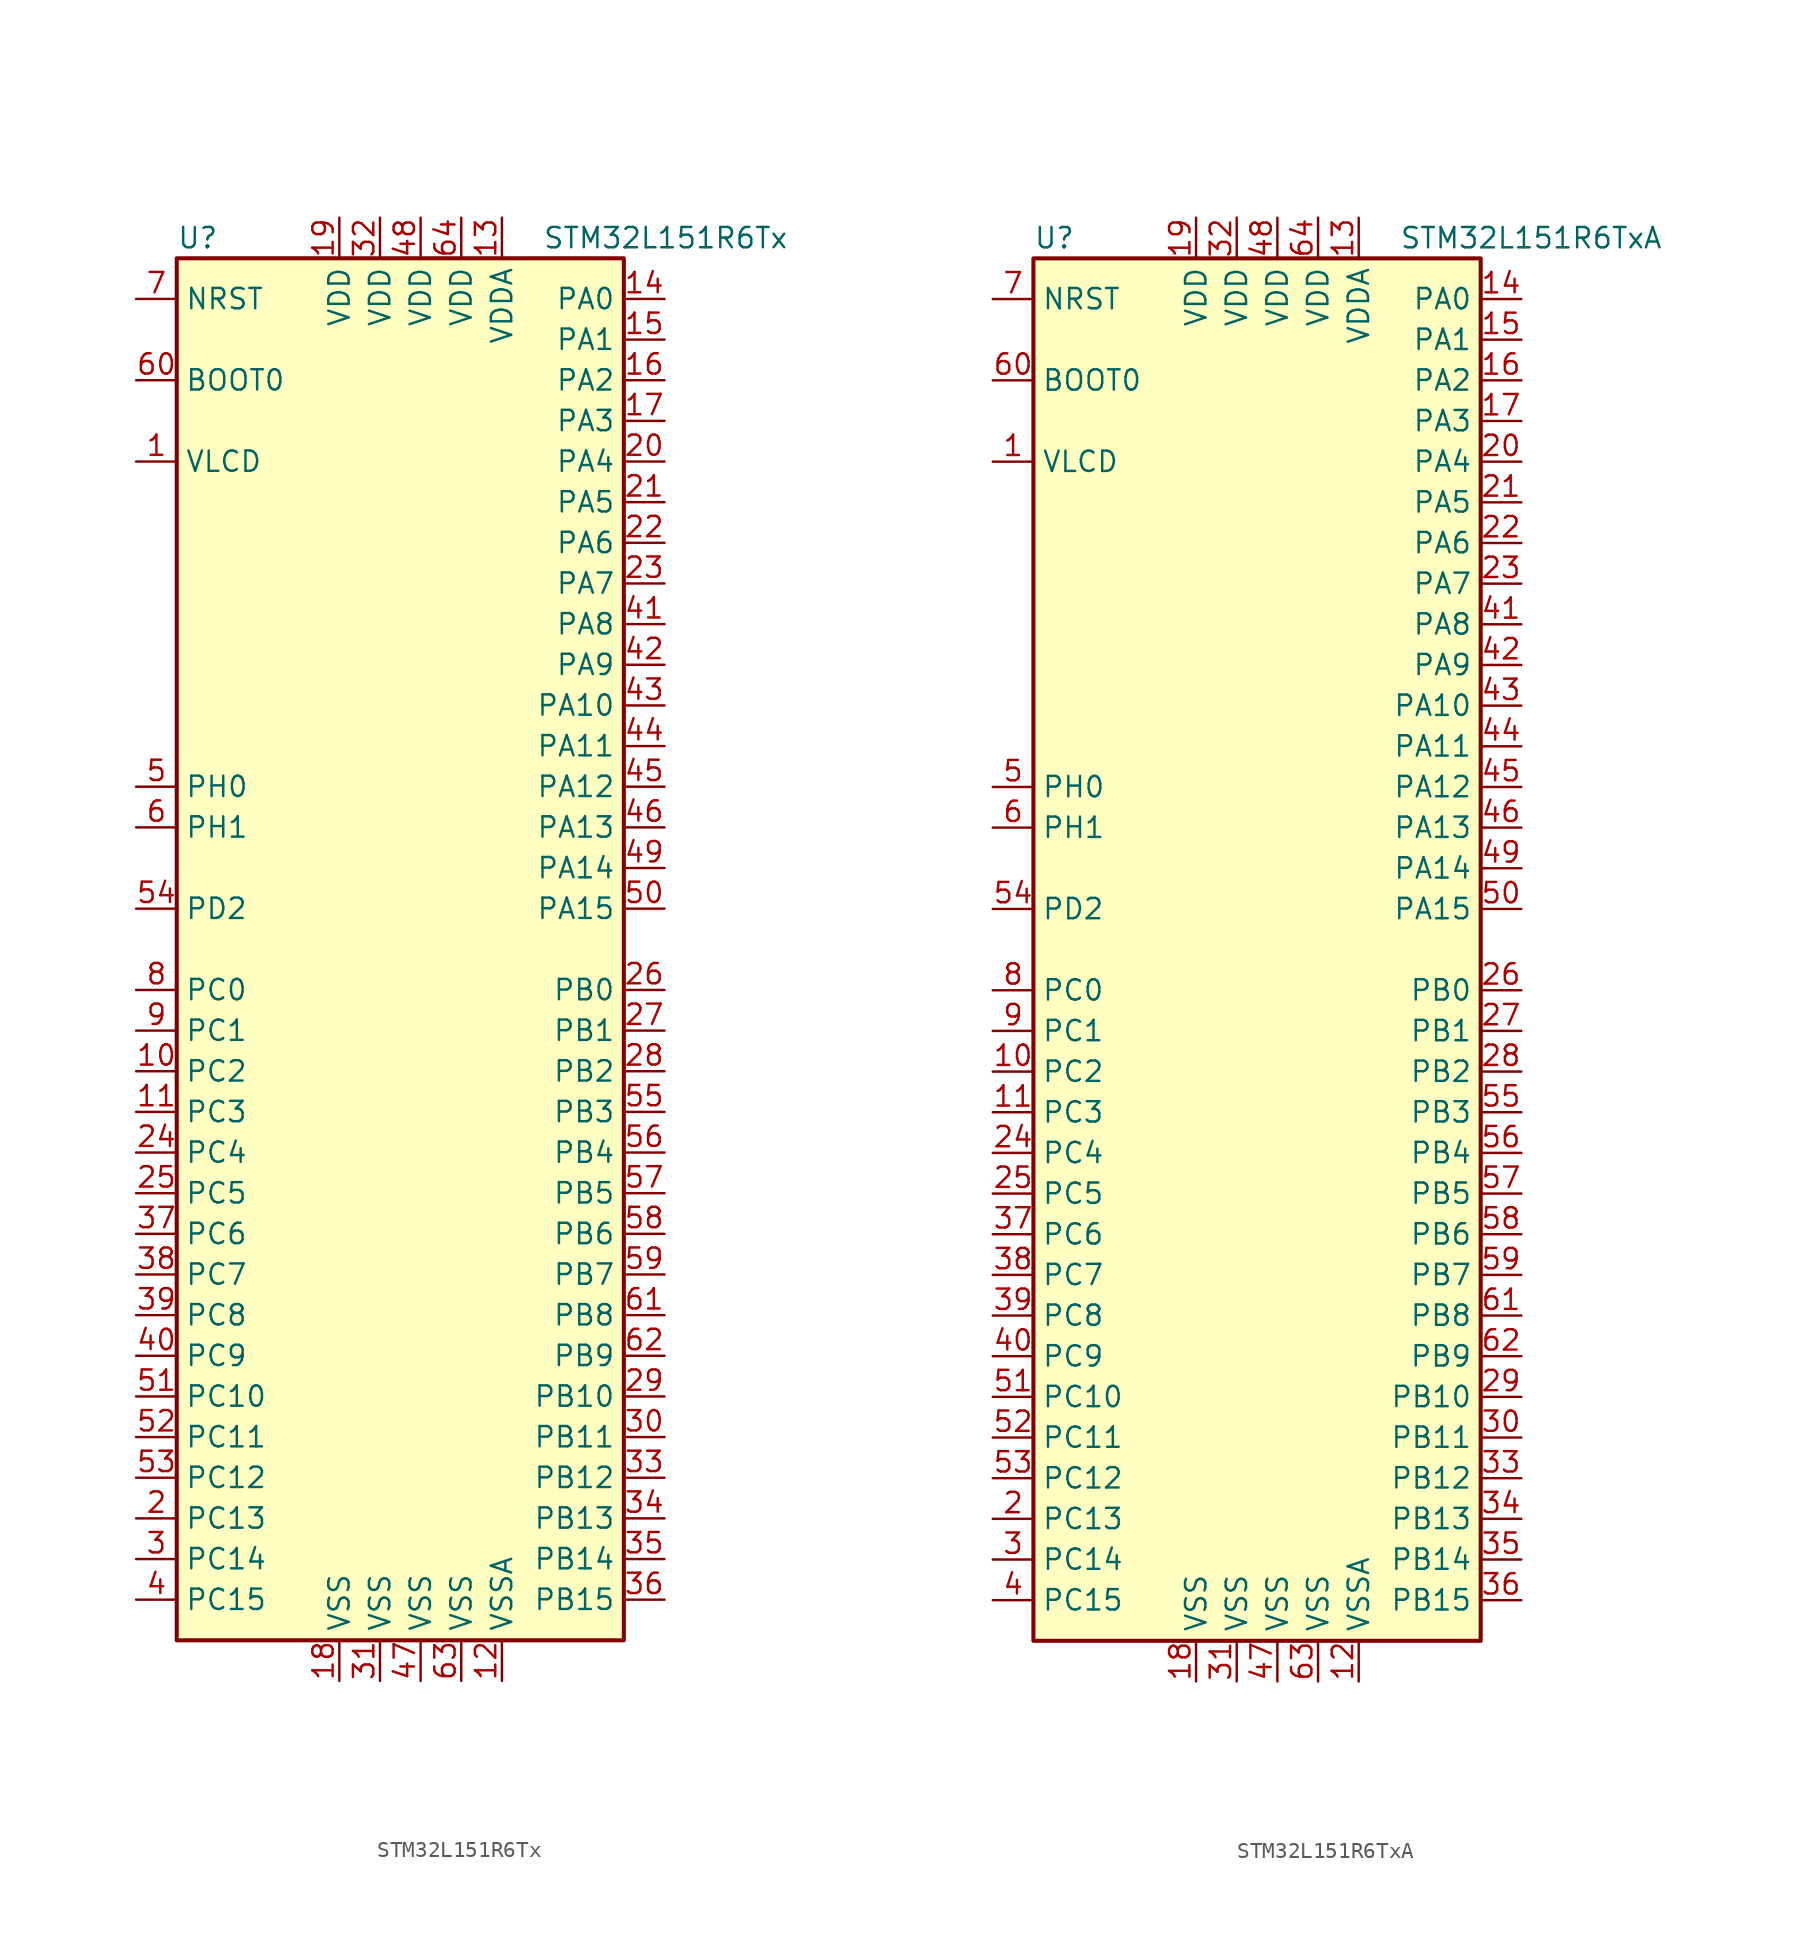
<source format=kicad_sym>
(kicad_symbol_lib
  (version 20201005)
  (generator kicad_symbol_editor)
  (symbol "STM32L151R6Tx"
    (property "Reference" "U"
      (at -15.24 44.45 0)
      (effects (font (size 1.27 1.27)) (justify left)))
    (property "Value" "STM32L151R6Tx"
      (at 7.62 44.45 0)
      (effects (font (size 1.27 1.27)) (justify left)))
    (symbol "STM32L151R6Tx_0_1"
      (rectangle (start -15.24 -43.18) (end 12.7 43.18) (stroke (width 0.254)) (fill (type background))))
    (symbol "STM32L151R6Tx_1_1"
      (pin input line (at -17.78 35.56 0) (length 2.54) (name "BOOT0" (effects (font (size 1.27 1.27)))) (number "60" (effects (font (size 1.27 1.27)))))
      (pin input line (at -17.78 40.64 0) (length 2.54) (name "NRST" (effects (font (size 1.27 1.27)))) (number "7" (effects (font (size 1.27 1.27)))))
      (pin bidirectional line (at 15.24 40.64 180) (length 2.54) (name "PA0" (effects (font (size 1.27 1.27)))) (number "14" (effects (font (size 1.27 1.27)))))
      (pin bidirectional line (at 15.24 38.1 180) (length 2.54) (name "PA1" (effects (font (size 1.27 1.27)))) (number "15" (effects (font (size 1.27 1.27)))))
      (pin bidirectional line (at 15.24 15.24 180) (length 2.54) (name "PA10" (effects (font (size 1.27 1.27)))) (number "43" (effects (font (size 1.27 1.27)))))
      (pin bidirectional line (at 15.24 12.7 180) (length 2.54) (name "PA11" (effects (font (size 1.27 1.27)))) (number "44" (effects (font (size 1.27 1.27)))))
      (pin bidirectional line (at 15.24 10.16 180) (length 2.54) (name "PA12" (effects (font (size 1.27 1.27)))) (number "45" (effects (font (size 1.27 1.27)))))
      (pin bidirectional line (at 15.24 7.62 180) (length 2.54) (name "PA13" (effects (font (size 1.27 1.27)))) (number "46" (effects (font (size 1.27 1.27)))))
      (pin bidirectional line (at 15.24 5.08 180) (length 2.54) (name "PA14" (effects (font (size 1.27 1.27)))) (number "49" (effects (font (size 1.27 1.27)))))
      (pin bidirectional line (at 15.24 2.54 180) (length 2.54) (name "PA15" (effects (font (size 1.27 1.27)))) (number "50" (effects (font (size 1.27 1.27)))))
      (pin bidirectional line (at 15.24 35.56 180) (length 2.54) (name "PA2" (effects (font (size 1.27 1.27)))) (number "16" (effects (font (size 1.27 1.27)))))
      (pin bidirectional line (at 15.24 33.02 180) (length 2.54) (name "PA3" (effects (font (size 1.27 1.27)))) (number "17" (effects (font (size 1.27 1.27)))))
      (pin bidirectional line (at 15.24 30.48 180) (length 2.54) (name "PA4" (effects (font (size 1.27 1.27)))) (number "20" (effects (font (size 1.27 1.27)))))
      (pin bidirectional line (at 15.24 27.94 180) (length 2.54) (name "PA5" (effects (font (size 1.27 1.27)))) (number "21" (effects (font (size 1.27 1.27)))))
      (pin bidirectional line (at 15.24 25.4 180) (length 2.54) (name "PA6" (effects (font (size 1.27 1.27)))) (number "22" (effects (font (size 1.27 1.27)))))
      (pin bidirectional line (at 15.24 22.86 180) (length 2.54) (name "PA7" (effects (font (size 1.27 1.27)))) (number "23" (effects (font (size 1.27 1.27)))))
      (pin bidirectional line (at 15.24 20.32 180) (length 2.54) (name "PA8" (effects (font (size 1.27 1.27)))) (number "41" (effects (font (size 1.27 1.27)))))
      (pin bidirectional line (at 15.24 17.78 180) (length 2.54) (name "PA9" (effects (font (size 1.27 1.27)))) (number "42" (effects (font (size 1.27 1.27)))))
      (pin bidirectional line (at 15.24 -2.54 180) (length 2.54) (name "PB0" (effects (font (size 1.27 1.27)))) (number "26" (effects (font (size 1.27 1.27)))))
      (pin bidirectional line (at 15.24 -5.08 180) (length 2.54) (name "PB1" (effects (font (size 1.27 1.27)))) (number "27" (effects (font (size 1.27 1.27)))))
      (pin bidirectional line (at 15.24 -27.94 180) (length 2.54) (name "PB10" (effects (font (size 1.27 1.27)))) (number "29" (effects (font (size 1.27 1.27)))))
      (pin bidirectional line (at 15.24 -30.48 180) (length 2.54) (name "PB11" (effects (font (size 1.27 1.27)))) (number "30" (effects (font (size 1.27 1.27)))))
      (pin bidirectional line (at 15.24 -33.02 180) (length 2.54) (name "PB12" (effects (font (size 1.27 1.27)))) (number "33" (effects (font (size 1.27 1.27)))))
      (pin bidirectional line (at 15.24 -35.56 180) (length 2.54) (name "PB13" (effects (font (size 1.27 1.27)))) (number "34" (effects (font (size 1.27 1.27)))))
      (pin bidirectional line (at 15.24 -38.1 180) (length 2.54) (name "PB14" (effects (font (size 1.27 1.27)))) (number "35" (effects (font (size 1.27 1.27)))))
      (pin bidirectional line (at 15.24 -40.64 180) (length 2.54) (name "PB15" (effects (font (size 1.27 1.27)))) (number "36" (effects (font (size 1.27 1.27)))))
      (pin bidirectional line (at 15.24 -7.62 180) (length 2.54) (name "PB2" (effects (font (size 1.27 1.27)))) (number "28" (effects (font (size 1.27 1.27)))))
      (pin bidirectional line (at 15.24 -10.16 180) (length 2.54) (name "PB3" (effects (font (size 1.27 1.27)))) (number "55" (effects (font (size 1.27 1.27)))))
      (pin bidirectional line (at 15.24 -12.7 180) (length 2.54) (name "PB4" (effects (font (size 1.27 1.27)))) (number "56" (effects (font (size 1.27 1.27)))))
      (pin bidirectional line (at 15.24 -15.24 180) (length 2.54) (name "PB5" (effects (font (size 1.27 1.27)))) (number "57" (effects (font (size 1.27 1.27)))))
      (pin bidirectional line (at 15.24 -17.78 180) (length 2.54) (name "PB6" (effects (font (size 1.27 1.27)))) (number "58" (effects (font (size 1.27 1.27)))))
      (pin bidirectional line (at 15.24 -20.32 180) (length 2.54) (name "PB7" (effects (font (size 1.27 1.27)))) (number "59" (effects (font (size 1.27 1.27)))))
      (pin bidirectional line (at 15.24 -22.86 180) (length 2.54) (name "PB8" (effects (font (size 1.27 1.27)))) (number "61" (effects (font (size 1.27 1.27)))))
      (pin bidirectional line (at 15.24 -25.4 180) (length 2.54) (name "PB9" (effects (font (size 1.27 1.27)))) (number "62" (effects (font (size 1.27 1.27)))))
      (pin bidirectional line (at -17.78 -2.54 0) (length 2.54) (name "PC0" (effects (font (size 1.27 1.27)))) (number "8" (effects (font (size 1.27 1.27)))))
      (pin bidirectional line (at -17.78 -5.08 0) (length 2.54) (name "PC1" (effects (font (size 1.27 1.27)))) (number "9" (effects (font (size 1.27 1.27)))))
      (pin bidirectional line (at -17.78 -27.94 0) (length 2.54) (name "PC10" (effects (font (size 1.27 1.27)))) (number "51" (effects (font (size 1.27 1.27)))))
      (pin bidirectional line (at -17.78 -30.48 0) (length 2.54) (name "PC11" (effects (font (size 1.27 1.27)))) (number "52" (effects (font (size 1.27 1.27)))))
      (pin bidirectional line (at -17.78 -33.02 0) (length 2.54) (name "PC12" (effects (font (size 1.27 1.27)))) (number "53" (effects (font (size 1.27 1.27)))))
      (pin bidirectional line (at -17.78 -35.56 0) (length 2.54) (name "PC13" (effects (font (size 1.27 1.27)))) (number "2" (effects (font (size 1.27 1.27)))))
      (pin bidirectional line (at -17.78 -38.1 0) (length 2.54) (name "PC14" (effects (font (size 1.27 1.27)))) (number "3" (effects (font (size 1.27 1.27)))))
      (pin bidirectional line (at -17.78 -40.64 0) (length 2.54) (name "PC15" (effects (font (size 1.27 1.27)))) (number "4" (effects (font (size 1.27 1.27)))))
      (pin bidirectional line (at -17.78 -7.62 0) (length 2.54) (name "PC2" (effects (font (size 1.27 1.27)))) (number "10" (effects (font (size 1.27 1.27)))))
      (pin bidirectional line (at -17.78 -10.16 0) (length 2.54) (name "PC3" (effects (font (size 1.27 1.27)))) (number "11" (effects (font (size 1.27 1.27)))))
      (pin bidirectional line (at -17.78 -12.7 0) (length 2.54) (name "PC4" (effects (font (size 1.27 1.27)))) (number "24" (effects (font (size 1.27 1.27)))))
      (pin bidirectional line (at -17.78 -15.24 0) (length 2.54) (name "PC5" (effects (font (size 1.27 1.27)))) (number "25" (effects (font (size 1.27 1.27)))))
      (pin bidirectional line (at -17.78 -17.78 0) (length 2.54) (name "PC6" (effects (font (size 1.27 1.27)))) (number "37" (effects (font (size 1.27 1.27)))))
      (pin bidirectional line (at -17.78 -20.32 0) (length 2.54) (name "PC7" (effects (font (size 1.27 1.27)))) (number "38" (effects (font (size 1.27 1.27)))))
      (pin bidirectional line (at -17.78 -22.86 0) (length 2.54) (name "PC8" (effects (font (size 1.27 1.27)))) (number "39" (effects (font (size 1.27 1.27)))))
      (pin bidirectional line (at -17.78 -25.4 0) (length 2.54) (name "PC9" (effects (font (size 1.27 1.27)))) (number "40" (effects (font (size 1.27 1.27)))))
      (pin bidirectional line (at -17.78 2.54 0) (length 2.54) (name "PD2" (effects (font (size 1.27 1.27)))) (number "54" (effects (font (size 1.27 1.27)))))
      (pin input line (at -17.78 10.16 0) (length 2.54) (name "PH0" (effects (font (size 1.27 1.27)))) (number "5" (effects (font (size 1.27 1.27)))))
      (pin input line (at -17.78 7.62 0) (length 2.54) (name "PH1" (effects (font (size 1.27 1.27)))) (number "6" (effects (font (size 1.27 1.27)))))
      (pin power_in line (at -5.08 45.72 270) (length 2.54) (name "VDD" (effects (font (size 1.27 1.27)))) (number "19" (effects (font (size 1.27 1.27)))))
      (pin power_in line (at -2.54 45.72 270) (length 2.54) (name "VDD" (effects (font (size 1.27 1.27)))) (number "32" (effects (font (size 1.27 1.27)))))
      (pin power_in line (at 0 45.72 270) (length 2.54) (name "VDD" (effects (font (size 1.27 1.27)))) (number "48" (effects (font (size 1.27 1.27)))))
      (pin power_in line (at 2.54 45.72 270) (length 2.54) (name "VDD" (effects (font (size 1.27 1.27)))) (number "64" (effects (font (size 1.27 1.27)))))
      (pin power_in line (at 5.08 45.72 270) (length 2.54) (name "VDDA" (effects (font (size 1.27 1.27)))) (number "13" (effects (font (size 1.27 1.27)))))
      (pin power_in line (at -17.78 30.48 0) (length 2.54) (name "VLCD" (effects (font (size 1.27 1.27)))) (number "1" (effects (font (size 1.27 1.27)))))
      (pin power_in line (at -5.08 -45.72 90) (length 2.54) (name "VSS" (effects (font (size 1.27 1.27)))) (number "18" (effects (font (size 1.27 1.27)))))
      (pin power_in line (at -2.54 -45.72 90) (length 2.54) (name "VSS" (effects (font (size 1.27 1.27)))) (number "31" (effects (font (size 1.27 1.27)))))
      (pin power_in line (at 0 -45.72 90) (length 2.54) (name "VSS" (effects (font (size 1.27 1.27)))) (number "47" (effects (font (size 1.27 1.27)))))
      (pin power_in line (at 2.54 -45.72 90) (length 2.54) (name "VSS" (effects (font (size 1.27 1.27)))) (number "63" (effects (font (size 1.27 1.27)))))
      (pin power_in line (at 5.08 -45.72 90) (length 2.54) (name "VSSA" (effects (font (size 1.27 1.27)))) (number "12" (effects (font (size 1.27 1.27)))))))
  (symbol "STM32L151R6TxA"
    (property "Reference" "U"
      (at -15.24 44.45 0)
      (effects (font (size 1.27 1.27)) (justify left)))
    (property "Value" "STM32L151R6TxA"
      (at 7.62 44.45 0)
      (effects (font (size 1.27 1.27)) (justify left)))
    (symbol "STM32L151R6TxA_0_1"
      (rectangle (start -15.24 -43.18) (end 12.7 43.18) (stroke (width 0.254)) (fill (type background))))
    (symbol "STM32L151R6TxA_1_1"
      (pin input line (at -17.78 35.56 0) (length 2.54) (name "BOOT0" (effects (font (size 1.27 1.27)))) (number "60" (effects (font (size 1.27 1.27)))))
      (pin input line (at -17.78 40.64 0) (length 2.54) (name "NRST" (effects (font (size 1.27 1.27)))) (number "7" (effects (font (size 1.27 1.27)))))
      (pin bidirectional line (at 15.24 40.64 180) (length 2.54) (name "PA0" (effects (font (size 1.27 1.27)))) (number "14" (effects (font (size 1.27 1.27)))))
      (pin bidirectional line (at 15.24 38.1 180) (length 2.54) (name "PA1" (effects (font (size 1.27 1.27)))) (number "15" (effects (font (size 1.27 1.27)))))
      (pin bidirectional line (at 15.24 15.24 180) (length 2.54) (name "PA10" (effects (font (size 1.27 1.27)))) (number "43" (effects (font (size 1.27 1.27)))))
      (pin bidirectional line (at 15.24 12.7 180) (length 2.54) (name "PA11" (effects (font (size 1.27 1.27)))) (number "44" (effects (font (size 1.27 1.27)))))
      (pin bidirectional line (at 15.24 10.16 180) (length 2.54) (name "PA12" (effects (font (size 1.27 1.27)))) (number "45" (effects (font (size 1.27 1.27)))))
      (pin bidirectional line (at 15.24 7.62 180) (length 2.54) (name "PA13" (effects (font (size 1.27 1.27)))) (number "46" (effects (font (size 1.27 1.27)))))
      (pin bidirectional line (at 15.24 5.08 180) (length 2.54) (name "PA14" (effects (font (size 1.27 1.27)))) (number "49" (effects (font (size 1.27 1.27)))))
      (pin bidirectional line (at 15.24 2.54 180) (length 2.54) (name "PA15" (effects (font (size 1.27 1.27)))) (number "50" (effects (font (size 1.27 1.27)))))
      (pin bidirectional line (at 15.24 35.56 180) (length 2.54) (name "PA2" (effects (font (size 1.27 1.27)))) (number "16" (effects (font (size 1.27 1.27)))))
      (pin bidirectional line (at 15.24 33.02 180) (length 2.54) (name "PA3" (effects (font (size 1.27 1.27)))) (number "17" (effects (font (size 1.27 1.27)))))
      (pin bidirectional line (at 15.24 30.48 180) (length 2.54) (name "PA4" (effects (font (size 1.27 1.27)))) (number "20" (effects (font (size 1.27 1.27)))))
      (pin bidirectional line (at 15.24 27.94 180) (length 2.54) (name "PA5" (effects (font (size 1.27 1.27)))) (number "21" (effects (font (size 1.27 1.27)))))
      (pin bidirectional line (at 15.24 25.4 180) (length 2.54) (name "PA6" (effects (font (size 1.27 1.27)))) (number "22" (effects (font (size 1.27 1.27)))))
      (pin bidirectional line (at 15.24 22.86 180) (length 2.54) (name "PA7" (effects (font (size 1.27 1.27)))) (number "23" (effects (font (size 1.27 1.27)))))
      (pin bidirectional line (at 15.24 20.32 180) (length 2.54) (name "PA8" (effects (font (size 1.27 1.27)))) (number "41" (effects (font (size 1.27 1.27)))))
      (pin bidirectional line (at 15.24 17.78 180) (length 2.54) (name "PA9" (effects (font (size 1.27 1.27)))) (number "42" (effects (font (size 1.27 1.27)))))
      (pin bidirectional line (at 15.24 -2.54 180) (length 2.54) (name "PB0" (effects (font (size 1.27 1.27)))) (number "26" (effects (font (size 1.27 1.27)))))
      (pin bidirectional line (at 15.24 -5.08 180) (length 2.54) (name "PB1" (effects (font (size 1.27 1.27)))) (number "27" (effects (font (size 1.27 1.27)))))
      (pin bidirectional line (at 15.24 -27.94 180) (length 2.54) (name "PB10" (effects (font (size 1.27 1.27)))) (number "29" (effects (font (size 1.27 1.27)))))
      (pin bidirectional line (at 15.24 -30.48 180) (length 2.54) (name "PB11" (effects (font (size 1.27 1.27)))) (number "30" (effects (font (size 1.27 1.27)))))
      (pin bidirectional line (at 15.24 -33.02 180) (length 2.54) (name "PB12" (effects (font (size 1.27 1.27)))) (number "33" (effects (font (size 1.27 1.27)))))
      (pin bidirectional line (at 15.24 -35.56 180) (length 2.54) (name "PB13" (effects (font (size 1.27 1.27)))) (number "34" (effects (font (size 1.27 1.27)))))
      (pin bidirectional line (at 15.24 -38.1 180) (length 2.54) (name "PB14" (effects (font (size 1.27 1.27)))) (number "35" (effects (font (size 1.27 1.27)))))
      (pin bidirectional line (at 15.24 -40.64 180) (length 2.54) (name "PB15" (effects (font (size 1.27 1.27)))) (number "36" (effects (font (size 1.27 1.27)))))
      (pin bidirectional line (at 15.24 -7.62 180) (length 2.54) (name "PB2" (effects (font (size 1.27 1.27)))) (number "28" (effects (font (size 1.27 1.27)))))
      (pin bidirectional line (at 15.24 -10.16 180) (length 2.54) (name "PB3" (effects (font (size 1.27 1.27)))) (number "55" (effects (font (size 1.27 1.27)))))
      (pin bidirectional line (at 15.24 -12.7 180) (length 2.54) (name "PB4" (effects (font (size 1.27 1.27)))) (number "56" (effects (font (size 1.27 1.27)))))
      (pin bidirectional line (at 15.24 -15.24 180) (length 2.54) (name "PB5" (effects (font (size 1.27 1.27)))) (number "57" (effects (font (size 1.27 1.27)))))
      (pin bidirectional line (at 15.24 -17.78 180) (length 2.54) (name "PB6" (effects (font (size 1.27 1.27)))) (number "58" (effects (font (size 1.27 1.27)))))
      (pin bidirectional line (at 15.24 -20.32 180) (length 2.54) (name "PB7" (effects (font (size 1.27 1.27)))) (number "59" (effects (font (size 1.27 1.27)))))
      (pin bidirectional line (at 15.24 -22.86 180) (length 2.54) (name "PB8" (effects (font (size 1.27 1.27)))) (number "61" (effects (font (size 1.27 1.27)))))
      (pin bidirectional line (at 15.24 -25.4 180) (length 2.54) (name "PB9" (effects (font (size 1.27 1.27)))) (number "62" (effects (font (size 1.27 1.27)))))
      (pin bidirectional line (at -17.78 -2.54 0) (length 2.54) (name "PC0" (effects (font (size 1.27 1.27)))) (number "8" (effects (font (size 1.27 1.27)))))
      (pin bidirectional line (at -17.78 -5.08 0) (length 2.54) (name "PC1" (effects (font (size 1.27 1.27)))) (number "9" (effects (font (size 1.27 1.27)))))
      (pin bidirectional line (at -17.78 -27.94 0) (length 2.54) (name "PC10" (effects (font (size 1.27 1.27)))) (number "51" (effects (font (size 1.27 1.27)))))
      (pin bidirectional line (at -17.78 -30.48 0) (length 2.54) (name "PC11" (effects (font (size 1.27 1.27)))) (number "52" (effects (font (size 1.27 1.27)))))
      (pin bidirectional line (at -17.78 -33.02 0) (length 2.54) (name "PC12" (effects (font (size 1.27 1.27)))) (number "53" (effects (font (size 1.27 1.27)))))
      (pin bidirectional line (at -17.78 -35.56 0) (length 2.54) (name "PC13" (effects (font (size 1.27 1.27)))) (number "2" (effects (font (size 1.27 1.27)))))
      (pin bidirectional line (at -17.78 -38.1 0) (length 2.54) (name "PC14" (effects (font (size 1.27 1.27)))) (number "3" (effects (font (size 1.27 1.27)))))
      (pin bidirectional line (at -17.78 -40.64 0) (length 2.54) (name "PC15" (effects (font (size 1.27 1.27)))) (number "4" (effects (font (size 1.27 1.27)))))
      (pin bidirectional line (at -17.78 -7.62 0) (length 2.54) (name "PC2" (effects (font (size 1.27 1.27)))) (number "10" (effects (font (size 1.27 1.27)))))
      (pin bidirectional line (at -17.78 -10.16 0) (length 2.54) (name "PC3" (effects (font (size 1.27 1.27)))) (number "11" (effects (font (size 1.27 1.27)))))
      (pin bidirectional line (at -17.78 -12.7 0) (length 2.54) (name "PC4" (effects (font (size 1.27 1.27)))) (number "24" (effects (font (size 1.27 1.27)))))
      (pin bidirectional line (at -17.78 -15.24 0) (length 2.54) (name "PC5" (effects (font (size 1.27 1.27)))) (number "25" (effects (font (size 1.27 1.27)))))
      (pin bidirectional line (at -17.78 -17.78 0) (length 2.54) (name "PC6" (effects (font (size 1.27 1.27)))) (number "37" (effects (font (size 1.27 1.27)))))
      (pin bidirectional line (at -17.78 -20.32 0) (length 2.54) (name "PC7" (effects (font (size 1.27 1.27)))) (number "38" (effects (font (size 1.27 1.27)))))
      (pin bidirectional line (at -17.78 -22.86 0) (length 2.54) (name "PC8" (effects (font (size 1.27 1.27)))) (number "39" (effects (font (size 1.27 1.27)))))
      (pin bidirectional line (at -17.78 -25.4 0) (length 2.54) (name "PC9" (effects (font (size 1.27 1.27)))) (number "40" (effects (font (size 1.27 1.27)))))
      (pin bidirectional line (at -17.78 2.54 0) (length 2.54) (name "PD2" (effects (font (size 1.27 1.27)))) (number "54" (effects (font (size 1.27 1.27)))))
      (pin input line (at -17.78 10.16 0) (length 2.54) (name "PH0" (effects (font (size 1.27 1.27)))) (number "5" (effects (font (size 1.27 1.27)))))
      (pin input line (at -17.78 7.62 0) (length 2.54) (name "PH1" (effects (font (size 1.27 1.27)))) (number "6" (effects (font (size 1.27 1.27)))))
      (pin power_in line (at -5.08 45.72 270) (length 2.54) (name "VDD" (effects (font (size 1.27 1.27)))) (number "19" (effects (font (size 1.27 1.27)))))
      (pin power_in line (at -2.54 45.72 270) (length 2.54) (name "VDD" (effects (font (size 1.27 1.27)))) (number "32" (effects (font (size 1.27 1.27)))))
      (pin power_in line (at 0 45.72 270) (length 2.54) (name "VDD" (effects (font (size 1.27 1.27)))) (number "48" (effects (font (size 1.27 1.27)))))
      (pin power_in line (at 2.54 45.72 270) (length 2.54) (name "VDD" (effects (font (size 1.27 1.27)))) (number "64" (effects (font (size 1.27 1.27)))))
      (pin power_in line (at 5.08 45.72 270) (length 2.54) (name "VDDA" (effects (font (size 1.27 1.27)))) (number "13" (effects (font (size 1.27 1.27)))))
      (pin power_in line (at -17.78 30.48 0) (length 2.54) (name "VLCD" (effects (font (size 1.27 1.27)))) (number "1" (effects (font (size 1.27 1.27)))))
      (pin power_in line (at -5.08 -45.72 90) (length 2.54) (name "VSS" (effects (font (size 1.27 1.27)))) (number "18" (effects (font (size 1.27 1.27)))))
      (pin power_in line (at -2.54 -45.72 90) (length 2.54) (name "VSS" (effects (font (size 1.27 1.27)))) (number "31" (effects (font (size 1.27 1.27)))))
      (pin power_in line (at 0 -45.72 90) (length 2.54) (name "VSS" (effects (font (size 1.27 1.27)))) (number "47" (effects (font (size 1.27 1.27)))))
      (pin power_in line (at 2.54 -45.72 90) (length 2.54) (name "VSS" (effects (font (size 1.27 1.27)))) (number "63" (effects (font (size 1.27 1.27)))))
      (pin power_in line (at 5.08 -45.72 90) (length 2.54) (name "VSSA" (effects (font (size 1.27 1.27)))) (number "12" (effects (font (size 1.27 1.27))))))))
</source>
